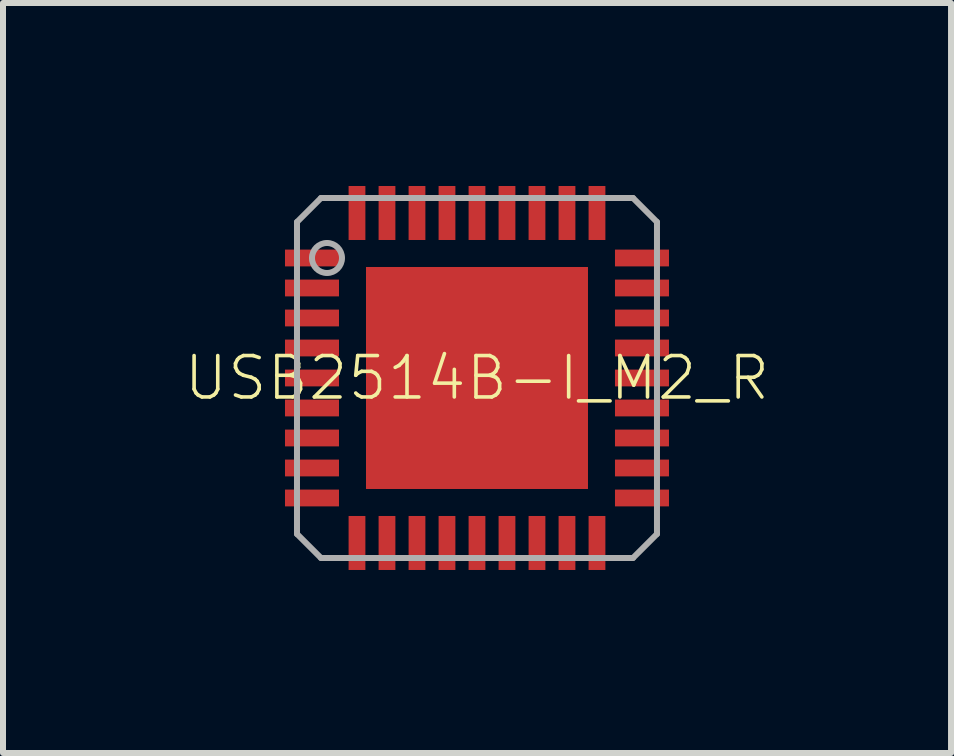
<source format=kicad_pcb>
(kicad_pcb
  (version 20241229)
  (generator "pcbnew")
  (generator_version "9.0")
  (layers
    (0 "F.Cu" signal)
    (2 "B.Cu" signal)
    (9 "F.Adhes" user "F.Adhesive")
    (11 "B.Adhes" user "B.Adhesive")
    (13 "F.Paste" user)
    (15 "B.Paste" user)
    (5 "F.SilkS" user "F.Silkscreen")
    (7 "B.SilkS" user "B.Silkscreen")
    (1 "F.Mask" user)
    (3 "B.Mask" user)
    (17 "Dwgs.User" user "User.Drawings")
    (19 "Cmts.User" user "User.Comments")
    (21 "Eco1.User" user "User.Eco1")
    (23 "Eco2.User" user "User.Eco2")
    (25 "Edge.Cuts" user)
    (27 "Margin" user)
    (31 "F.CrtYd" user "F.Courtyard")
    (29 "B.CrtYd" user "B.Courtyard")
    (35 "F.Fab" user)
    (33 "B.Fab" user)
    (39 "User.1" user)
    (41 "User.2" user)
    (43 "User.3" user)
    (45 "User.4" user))
  (footprint "USB2514B-I_M2_R"
    (layer "F.Cu")
    (at 4.9 3.25)
    (property "Reference" "USB2514B-I_M2_R" (at 0 0 0) (unlocked yes) (layer "F.SilkS") (effects (font (size 0.69 0.69) (thickness 0.06))))
    (fp_poly (pts (xy -3.25 -1.81) (xy -2.25 -1.81) (xy -2.25 -2.19) (xy -3.25 -2.19)) (stroke (width 0) (type default)) (fill yes) (layer "F.Mask"))
    (fp_poly (pts (xy -3.25 -1.31) (xy -2.25 -1.31) (xy -2.25 -1.69) (xy -3.25 -1.69)) (stroke (width 0) (type default)) (fill yes) (layer "F.Mask"))
    (fp_poly (pts (xy -3.25 -0.81) (xy -2.25 -0.81) (xy -2.25 -1.19) (xy -3.25 -1.19)) (stroke (width 0) (type default)) (fill yes) (layer "F.Mask"))
    (fp_poly (pts (xy -3.25 -0.31) (xy -2.25 -0.31) (xy -2.25 -0.69) (xy -3.25 -0.69)) (stroke (width 0) (type default)) (fill yes) (layer "F.Mask"))
    (fp_poly (pts (xy -3.25 0.19) (xy -2.25 0.19) (xy -2.25 -0.19) (xy -3.25 -0.19)) (stroke (width 0) (type default)) (fill yes) (layer "F.Mask"))
    (fp_poly (pts (xy -3.25 0.69) (xy -2.25 0.69) (xy -2.25 0.31) (xy -3.25 0.31)) (stroke (width 0) (type default)) (fill yes) (layer "F.Mask"))
    (fp_poly (pts (xy -3.25 1.19) (xy -2.25 1.19) (xy -2.25 0.81) (xy -3.25 0.81)) (stroke (width 0) (type default)) (fill yes) (layer "F.Mask"))
    (fp_poly (pts (xy -3.25 1.69) (xy -2.25 1.69) (xy -2.25 1.31) (xy -3.25 1.31)) (stroke (width 0) (type default)) (fill yes) (layer "F.Mask"))
    (fp_poly (pts (xy -3.25 2.19) (xy -2.25 2.19) (xy -2.25 1.81) (xy -3.25 1.81)) (stroke (width 0) (type default)) (fill yes) (layer "F.Mask"))
    (fp_poly (pts (xy -1.81 -2.25) (xy -1.81 -3.25) (xy -2.19 -3.25) (xy -2.19 -2.25)) (stroke (width 0) (type default)) (fill yes) (layer "F.Mask"))
    (fp_poly (pts (xy -1.81 3.25) (xy -1.81 2.25) (xy -2.19 2.25) (xy -2.19 3.25)) (stroke (width 0) (type default)) (fill yes) (layer "F.Mask"))
    (fp_poly (pts (xy -1.31 -2.25) (xy -1.31 -3.25) (xy -1.69 -3.25) (xy -1.69 -2.25)) (stroke (width 0) (type default)) (fill yes) (layer "F.Mask"))
    (fp_poly (pts (xy -1.31 3.25) (xy -1.31 2.25) (xy -1.69 2.25) (xy -1.69 3.25)) (stroke (width 0) (type default)) (fill yes) (layer "F.Mask"))
    (fp_poly (pts (xy -0.81 -2.25) (xy -0.81 -3.25) (xy -1.19 -3.25) (xy -1.19 -2.25)) (stroke (width 0) (type default)) (fill yes) (layer "F.Mask"))
    (fp_poly (pts (xy -0.81 3.25) (xy -0.81 2.25) (xy -1.19 2.25) (xy -1.19 3.25)) (stroke (width 0) (type default)) (fill yes) (layer "F.Mask"))
    (fp_poly (pts (xy -0.31 -2.25) (xy -0.31 -3.25) (xy -0.69 -3.25) (xy -0.69 -2.25)) (stroke (width 0) (type default)) (fill yes) (layer "F.Mask"))
    (fp_poly (pts (xy -0.31 3.25) (xy -0.31 2.25) (xy -0.69 2.25) (xy -0.69 3.25)) (stroke (width 0) (type default)) (fill yes) (layer "F.Mask"))
    (fp_poly (pts (xy 0.19 -2.25) (xy 0.19 -3.25) (xy -0.19 -3.25) (xy -0.19 -2.25)) (stroke (width 0) (type default)) (fill yes) (layer "F.Mask"))
    (fp_poly (pts (xy 0.19 3.25) (xy 0.19 2.25) (xy -0.19 2.25) (xy -0.19 3.25)) (stroke (width 0) (type default)) (fill yes) (layer "F.Mask"))
    (fp_poly (pts (xy 0.69 -2.25) (xy 0.69 -3.25) (xy 0.31 -3.25) (xy 0.31 -2.25)) (stroke (width 0) (type default)) (fill yes) (layer "F.Mask"))
    (fp_poly (pts (xy 0.69 3.25) (xy 0.69 2.25) (xy 0.31 2.25) (xy 0.31 3.25)) (stroke (width 0) (type default)) (fill yes) (layer "F.Mask"))
    (fp_poly (pts (xy 1.19 -2.25) (xy 1.19 -3.25) (xy 0.81 -3.25) (xy 0.81 -2.25)) (stroke (width 0) (type default)) (fill yes) (layer "F.Mask"))
    (fp_poly (pts (xy 1.19 3.25) (xy 1.19 2.25) (xy 0.81 2.25) (xy 0.81 3.25)) (stroke (width 0) (type default)) (fill yes) (layer "F.Mask"))
    (fp_poly (pts (xy 1.69 -2.25) (xy 1.69 -3.25) (xy 1.31 -3.25) (xy 1.31 -2.25)) (stroke (width 0) (type default)) (fill yes) (layer "F.Mask"))
    (fp_poly (pts (xy 1.69 3.25) (xy 1.69 2.25) (xy 1.31 2.25) (xy 1.31 3.25)) (stroke (width 0) (type default)) (fill yes) (layer "F.Mask"))
    (fp_poly (pts (xy 2.19 -2.25) (xy 2.19 -3.25) (xy 1.81 -3.25) (xy 1.81 -2.25)) (stroke (width 0) (type default)) (fill yes) (layer "F.Mask"))
    (fp_poly (pts (xy 2.19 3.25) (xy 2.19 2.25) (xy 1.81 2.25) (xy 1.81 3.25)) (stroke (width 0) (type default)) (fill yes) (layer "F.Mask"))
    (fp_poly (pts (xy 3.25 -2.19) (xy 2.25 -2.19) (xy 2.25 -1.81) (xy 3.25 -1.81)) (stroke (width 0) (type default)) (fill yes) (layer "F.Mask"))
    (fp_poly (pts (xy 3.25 -1.69) (xy 2.25 -1.69) (xy 2.25 -1.31) (xy 3.25 -1.31)) (stroke (width 0) (type default)) (fill yes) (layer "F.Mask"))
    (fp_poly (pts (xy 3.25 -1.19) (xy 2.25 -1.19) (xy 2.25 -0.81) (xy 3.25 -0.81)) (stroke (width 0) (type default)) (fill yes) (layer "F.Mask"))
    (fp_poly (pts (xy 3.25 -0.69) (xy 2.25 -0.69) (xy 2.25 -0.31) (xy 3.25 -0.31)) (stroke (width 0) (type default)) (fill yes) (layer "F.Mask"))
    (fp_poly (pts (xy 3.25 -0.19) (xy 2.25 -0.19) (xy 2.25 0.19) (xy 3.25 0.19)) (stroke (width 0) (type default)) (fill yes) (layer "F.Mask"))
    (fp_poly (pts (xy 3.25 0.31) (xy 2.25 0.31) (xy 2.25 0.69) (xy 3.25 0.69)) (stroke (width 0) (type default)) (fill yes) (layer "F.Mask"))
    (fp_poly (pts (xy 3.25 0.81) (xy 2.25 0.81) (xy 2.25 1.19) (xy 3.25 1.19)) (stroke (width 0) (type default)) (fill yes) (layer "F.Mask"))
    (fp_poly (pts (xy 3.25 1.31) (xy 2.25 1.31) (xy 2.25 1.69) (xy 3.25 1.69)) (stroke (width 0) (type default)) (fill yes) (layer "F.Mask"))
    (fp_poly (pts (xy 3.25 1.81) (xy 2.25 1.81) (xy 2.25 2.19) (xy 3.25 2.19)) (stroke (width 0) (type default)) (fill yes) (layer "F.Mask"))
    (fp_poly (pts (xy -2.3 -1.86) (xy -3.2 -1.86) (xy -3.2 -2.14) (xy -2.3 -2.14)) (stroke (width 0) (type default)) (fill yes) (layer "F.Paste"))
    (fp_poly (pts (xy -2.3 -1.36) (xy -3.2 -1.36) (xy -3.2 -1.64) (xy -2.3 -1.64)) (stroke (width 0) (type default)) (fill yes) (layer "F.Paste"))
    (fp_poly (pts (xy -2.3 -0.86) (xy -3.2 -0.86) (xy -3.2 -1.14) (xy -2.3 -1.14)) (stroke (width 0) (type default)) (fill yes) (layer "F.Paste"))
    (fp_poly (pts (xy -2.3 -0.36) (xy -3.2 -0.36) (xy -3.2 -0.64) (xy -2.3 -0.64)) (stroke (width 0) (type default)) (fill yes) (layer "F.Paste"))
    (fp_poly (pts (xy -2.3 0.14) (xy -3.2 0.14) (xy -3.2 -0.14) (xy -2.3 -0.14)) (stroke (width 0) (type default)) (fill yes) (layer "F.Paste"))
    (fp_poly (pts (xy -2.3 0.64) (xy -3.2 0.64) (xy -3.2 0.36) (xy -2.3 0.36)) (stroke (width 0) (type default)) (fill yes) (layer "F.Paste"))
    (fp_poly (pts (xy -2.3 1.14) (xy -3.2 1.14) (xy -3.2 0.86) (xy -2.3 0.86)) (stroke (width 0) (type default)) (fill yes) (layer "F.Paste"))
    (fp_poly (pts (xy -2.3 1.64) (xy -3.2 1.64) (xy -3.2 1.36) (xy -2.3 1.36)) (stroke (width 0) (type default)) (fill yes) (layer "F.Paste"))
    (fp_poly (pts (xy -2.3 2.14) (xy -3.2 2.14) (xy -3.2 1.86) (xy -2.3 1.86)) (stroke (width 0) (type default)) (fill yes) (layer "F.Paste"))
    (fp_poly (pts (xy -1.86 -2.3) (xy -2.14 -2.3) (xy -2.14 -3.2) (xy -1.86 -3.2)) (stroke (width 0) (type default)) (fill yes) (layer "F.Paste"))
    (fp_poly (pts (xy -1.86 3.2) (xy -2.14 3.2) (xy -2.14 2.3) (xy -1.86 2.3)) (stroke (width 0) (type default)) (fill yes) (layer "F.Paste"))
    (fp_poly (pts (xy -1.36 -2.3) (xy -1.64 -2.3) (xy -1.64 -3.2) (xy -1.36 -3.2)) (stroke (width 0) (type default)) (fill yes) (layer "F.Paste"))
    (fp_poly (pts (xy -1.36 3.2) (xy -1.64 3.2) (xy -1.64 2.3) (xy -1.36 2.3)) (stroke (width 0) (type default)) (fill yes) (layer "F.Paste"))
    (fp_poly (pts (xy -0.86 -2.3) (xy -1.14 -2.3) (xy -1.14 -3.2) (xy -0.86 -3.2)) (stroke (width 0) (type default)) (fill yes) (layer "F.Paste"))
    (fp_poly (pts (xy -0.86 3.2) (xy -1.14 3.2) (xy -1.14 2.3) (xy -0.86 2.3)) (stroke (width 0) (type default)) (fill yes) (layer "F.Paste"))
    (fp_poly (pts (xy -0.36 -2.3) (xy -0.64 -2.3) (xy -0.64 -3.2) (xy -0.36 -3.2)) (stroke (width 0) (type default)) (fill yes) (layer "F.Paste"))
    (fp_poly (pts (xy -0.36 3.2) (xy -0.64 3.2) (xy -0.64 2.3) (xy -0.36 2.3)) (stroke (width 0) (type default)) (fill yes) (layer "F.Paste"))
    (fp_poly (pts (xy -0.25 -0.25) (xy -1.5 -0.25) (xy -1.5 -1.5) (xy -0.25 -1.5)) (stroke (width 0) (type default)) (fill yes) (layer "F.Paste"))
    (fp_poly (pts (xy -0.25 1.5) (xy -1.5 1.5) (xy -1.5 0.25) (xy -0.25 0.25)) (stroke (width 0) (type default)) (fill yes) (layer "F.Paste"))
    (fp_poly (pts (xy 0.14 -2.3) (xy -0.14 -2.3) (xy -0.14 -3.2) (xy 0.14 -3.2)) (stroke (width 0) (type default)) (fill yes) (layer "F.Paste"))
    (fp_poly (pts (xy 0.14 3.2) (xy -0.14 3.2) (xy -0.14 2.3) (xy 0.14 2.3)) (stroke (width 0) (type default)) (fill yes) (layer "F.Paste"))
    (fp_poly (pts (xy 0.64 -2.3) (xy 0.36 -2.3) (xy 0.36 -3.2) (xy 0.64 -3.2)) (stroke (width 0) (type default)) (fill yes) (layer "F.Paste"))
    (fp_poly (pts (xy 0.64 3.2) (xy 0.36 3.2) (xy 0.36 2.3) (xy 0.64 2.3)) (stroke (width 0) (type default)) (fill yes) (layer "F.Paste"))
    (fp_poly (pts (xy 1.14 -2.3) (xy 0.86 -2.3) (xy 0.86 -3.2) (xy 1.14 -3.2)) (stroke (width 0) (type default)) (fill yes) (layer "F.Paste"))
    (fp_poly (pts (xy 1.14 3.2) (xy 0.86 3.2) (xy 0.86 2.3) (xy 1.14 2.3)) (stroke (width 0) (type default)) (fill yes) (layer "F.Paste"))
    (fp_poly (pts (xy 1.5 -0.25) (xy 0.25 -0.25) (xy 0.25 -1.5) (xy 1.5 -1.5)) (stroke (width 0) (type default)) (fill yes) (layer "F.Paste"))
    (fp_poly (pts (xy 1.5 1.5) (xy 0.25 1.5) (xy 0.25 0.25) (xy 1.5 0.25)) (stroke (width 0) (type default)) (fill yes) (layer "F.Paste"))
    (fp_poly (pts (xy 1.64 -2.3) (xy 1.36 -2.3) (xy 1.36 -3.2) (xy 1.64 -3.2)) (stroke (width 0) (type default)) (fill yes) (layer "F.Paste"))
    (fp_poly (pts (xy 1.64 3.2) (xy 1.36 3.2) (xy 1.36 2.3) (xy 1.64 2.3)) (stroke (width 0) (type default)) (fill yes) (layer "F.Paste"))
    (fp_poly (pts (xy 2.14 -2.3) (xy 1.86 -2.3) (xy 1.86 -3.2) (xy 2.14 -3.2)) (stroke (width 0) (type default)) (fill yes) (layer "F.Paste"))
    (fp_poly (pts (xy 2.14 3.2) (xy 1.86 3.2) (xy 1.86 2.3) (xy 2.14 2.3)) (stroke (width 0) (type default)) (fill yes) (layer "F.Paste"))
    (fp_poly (pts (xy 3.2 -1.86) (xy 2.3 -1.86) (xy 2.3 -2.14) (xy 3.2 -2.14)) (stroke (width 0) (type default)) (fill yes) (layer "F.Paste"))
    (fp_poly (pts (xy 3.2 -1.36) (xy 2.3 -1.36) (xy 2.3 -1.64) (xy 3.2 -1.64)) (stroke (width 0) (type default)) (fill yes) (layer "F.Paste"))
    (fp_poly (pts (xy 3.2 -0.86) (xy 2.3 -0.86) (xy 2.3 -1.14) (xy 3.2 -1.14)) (stroke (width 0) (type default)) (fill yes) (layer "F.Paste"))
    (fp_poly (pts (xy 3.2 -0.36) (xy 2.3 -0.36) (xy 2.3 -0.64) (xy 3.2 -0.64)) (stroke (width 0) (type default)) (fill yes) (layer "F.Paste"))
    (fp_poly (pts (xy 3.2 0.14) (xy 2.3 0.14) (xy 2.3 -0.14) (xy 3.2 -0.14)) (stroke (width 0) (type default)) (fill yes) (layer "F.Paste"))
    (fp_poly (pts (xy 3.2 0.64) (xy 2.3 0.64) (xy 2.3 0.36) (xy 3.2 0.36)) (stroke (width 0) (type default)) (fill yes) (layer "F.Paste"))
    (fp_poly (pts (xy 3.2 1.14) (xy 2.3 1.14) (xy 2.3 0.86) (xy 3.2 0.86)) (stroke (width 0) (type default)) (fill yes) (layer "F.Paste"))
    (fp_poly (pts (xy 3.2 1.64) (xy 2.3 1.64) (xy 2.3 1.36) (xy 3.2 1.36)) (stroke (width 0) (type default)) (fill yes) (layer "F.Paste"))
    (fp_poly (pts (xy 3.2 2.14) (xy 2.3 2.14) (xy 2.3 1.86) (xy 3.2 1.86)) (stroke (width 0) (type default)) (fill yes) (layer "F.Paste"))
    (fp_line (start -3 -2.6) (end -3 2.6) (stroke (width 0.1) (type solid)) (layer "F.Fab"))
    (fp_line (start -3 -2.6) (end -2.6 -3) (stroke (width 0.1) (type solid)) (layer "F.Fab"))
    (fp_line (start -3 2.6) (end -2.6 3) (stroke (width 0.1) (type solid)) (layer "F.Fab"))
    (fp_line (start -2.6 3) (end 2.6 3) (stroke (width 0.1) (type solid)) (layer "F.Fab"))
    (fp_line (start 2.6 -3) (end -2.6 -3) (stroke (width 0.1) (type solid)) (layer "F.Fab"))
    (fp_line (start 2.6 -3) (end 3 -2.6) (stroke (width 0.1) (type solid)) (layer "F.Fab"))
    (fp_line (start 2.6 3) (end 3 2.6) (stroke (width 0.1) (type solid)) (layer "F.Fab"))
    (fp_line (start 3 2.6) (end 3 -2.6) (stroke (width 0.1) (type solid)) (layer "F.Fab"))
    (fp_circle (center -2.5 -2) (end -2.25 -2) (stroke (width 0.1) (type solid)) (fill no) (layer "F.Fab"))
    (pad "1" smd rect (at -2.75 -2) (size 0.9 0.28) (layers "F.Cu"))
    (pad "2" smd rect (at -2.75 -1.5) (size 0.9 0.28) (layers "F.Cu"))
    (pad "3" smd rect (at -2.75 -1) (size 0.9 0.28) (layers "F.Cu"))
    (pad "4" smd rect (at -2.75 -0.5) (size 0.9 0.28) (layers "F.Cu"))
    (pad "5" smd rect (at -2.75 0) (size 0.9 0.28) (layers "F.Cu"))
    (pad "6" smd rect (at -2.75 0.5) (size 0.9 0.28) (layers "F.Cu"))
    (pad "7" smd rect (at -2.75 1) (size 0.9 0.28) (layers "F.Cu"))
    (pad "8" smd rect (at -2.75 1.5) (size 0.9 0.28) (layers "F.Cu"))
    (pad "9" smd rect (at -2.75 2) (size 0.9 0.28) (layers "F.Cu"))
    (pad "10" smd rect (at -2 2.75 90) (size 0.9 0.28) (layers "F.Cu"))
    (pad "11" smd rect (at -1.5 2.75 90) (size 0.9 0.28) (layers "F.Cu"))
    (pad "12" smd rect (at -1 2.75 90) (size 0.9 0.28) (layers "F.Cu"))
    (pad "13" smd rect (at -0.5 2.75 90) (size 0.9 0.28) (layers "F.Cu"))
    (pad "14" smd rect (at 0 2.75 90) (size 0.9 0.28) (layers "F.Cu"))
    (pad "15" smd rect (at 0.5 2.75 90) (size 0.9 0.28) (layers "F.Cu"))
    (pad "16" smd rect (at 1 2.75 90) (size 0.9 0.28) (layers "F.Cu"))
    (pad "17" smd rect (at 1.5 2.75 90) (size 0.9 0.28) (layers "F.Cu"))
    (pad "18" smd rect (at 2 2.75 90) (size 0.9 0.28) (layers "F.Cu"))
    (pad "19" smd rect (at 2.75 2) (size 0.9 0.28) (layers "F.Cu"))
    (pad "20" smd rect (at 2.75 1.5) (size 0.9 0.28) (layers "F.Cu"))
    (pad "21" smd rect (at 2.75 1) (size 0.9 0.28) (layers "F.Cu"))
    (pad "22" smd rect (at 2.75 0.5) (size 0.9 0.28) (layers "F.Cu"))
    (pad "23" smd rect (at 2.75 0) (size 0.9 0.28) (layers "F.Cu"))
    (pad "24" smd rect (at 2.75 -0.5) (size 0.9 0.28) (layers "F.Cu"))
    (pad "25" smd rect (at 2.75 -1) (size 0.9 0.28) (layers "F.Cu"))
    (pad "26" smd rect (at 2.75 -1.5) (size 0.9 0.28) (layers "F.Cu"))
    (pad "27" smd rect (at 2.75 -2) (size 0.9 0.28) (layers "F.Cu"))
    (pad "28" smd rect (at 2 -2.75 90) (size 0.9 0.28) (layers "F.Cu"))
    (pad "29" smd rect (at 1.5 -2.75 90) (size 0.9 0.28) (layers "F.Cu"))
    (pad "30" smd rect (at 1 -2.75 90) (size 0.9 0.28) (layers "F.Cu"))
    (pad "31" smd rect (at 0.5 -2.75 90) (size 0.9 0.28) (layers "F.Cu"))
    (pad "32" smd rect (at 0 -2.75 90) (size 0.9 0.28) (layers "F.Cu"))
    (pad "33" smd rect (at -0.5 -2.75 90) (size 0.9 0.28) (layers "F.Cu"))
    (pad "34" smd rect (at -1 -2.75 90) (size 0.9 0.28) (layers "F.Cu"))
    (pad "35" smd rect (at -1.5 -2.75 90) (size 0.9 0.28) (layers "F.Cu"))
    (pad "36" smd rect (at -2 -2.75 90) (size 0.9 0.28) (layers "F.Cu"))
    (pad "37" smd rect (at 0 0) (size 3.7 3.7) (layers "F.Cu" "F.Mask")))
  (gr_rect
    (start -3 -3)
    (end 12.801 9.5)
    (stroke (width 0.1) (type default))
    (fill no)
    (layer "Edge.Cuts")))
</source>
